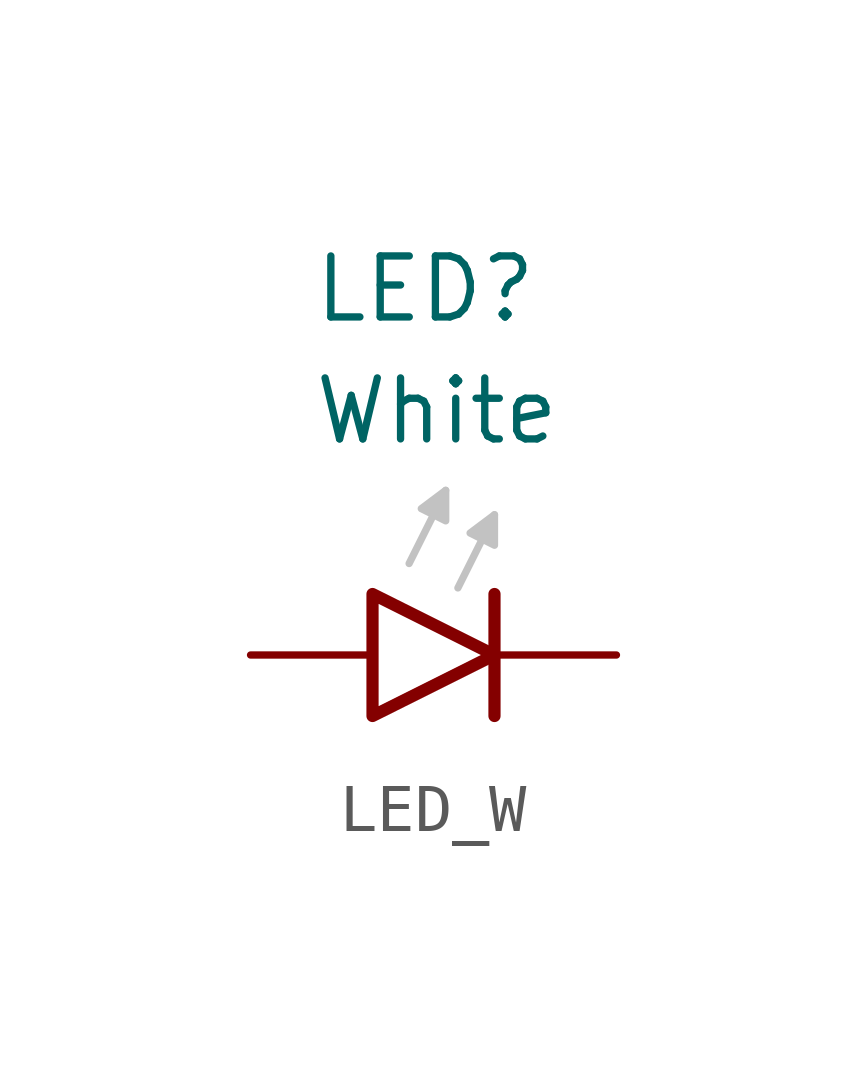
<source format=kicad_sym>
(kicad_symbol_lib
  (version 20241209)
  (generator "kicad_symbol_editor")
  (generator_version "9.0")
  (symbol "LED_W"
    (pin_numbers
      (hide yes))
    (pin_names
      (offset 1.016)
      (hide yes))
    (property "Reference" "LED"
      (at 1.27 7.62 0)
      (effects (font (size 1.27 1.27)) (justify left)))
    (property "Value" "White"
      (at 1.27 5.08 0)
      (effects (font (size 1.27 1.27)) (justify left)))
    (symbol "LED_W_0_1"
      (polyline (pts (xy 2.54 1.27) (xy 2.54 -1.27) (xy 5.08 0) (xy 2.54 1.27)) (stroke (width 0.254) (type default)) (fill (type color) (color 255 255 255 1)))
      (polyline (pts (xy 3.302 1.905) (xy 4.064 3.429)) (stroke (width 0.152) (type default) (color 194 194 194 1)) (fill (type none)))
      (polyline (pts (xy 4.064 2.794) (xy 3.556 3.048) (xy 4.064 3.429) (xy 4.064 2.794)) (stroke (width 0) (type solid) (color 194 194 194 1)) (fill (type outline)))
      (polyline (pts (xy 4.318 1.397) (xy 5.08 2.921)) (stroke (width 0.152) (type default) (color 194 194 194 1)) (fill (type none)))
      (polyline (pts (xy 5.08 2.286) (xy 4.572 2.54) (xy 5.08 2.921) (xy 5.08 2.286)) (stroke (width 0.152) (type default) (color 194 194 194 1)) (fill (type outline)))
      (polyline (pts (xy 5.08 1.27) (xy 5.08 -1.27)) (stroke (width 0.254) (type default)) (fill (type none))))
    (symbol "LED_W_1_1"
      (pin passive line (at 0 0 0) (length 2.54) (name "A" (effects (font (size 1.27 1.27)))) (number "2" (effects (font (size 1.27 1.27)))))
      (pin passive line (at 7.62 0 180) (length 2.54) (name "K" (effects (font (size 1.27 1.27)))) (number "1" (effects (font (size 1.27 1.27))))))))
</source>
